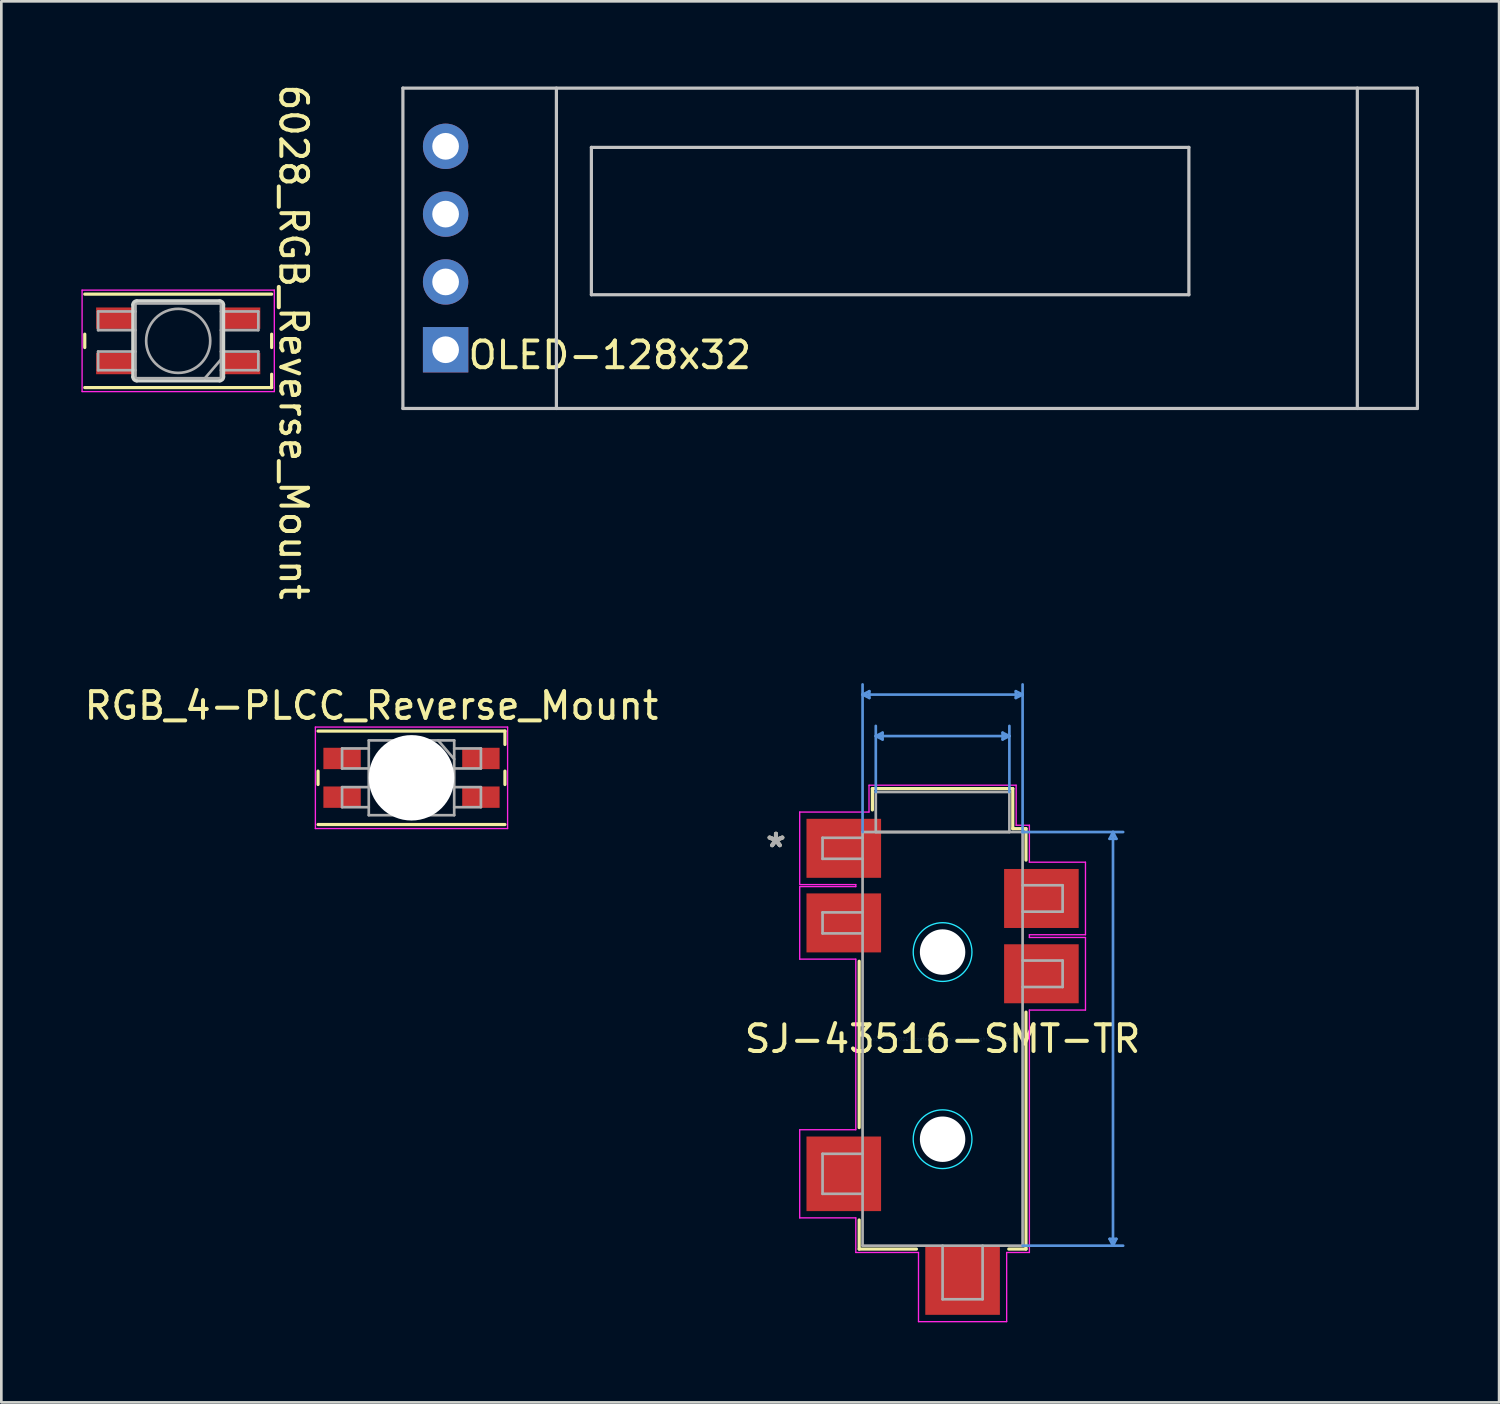
<source format=kicad_pcb>
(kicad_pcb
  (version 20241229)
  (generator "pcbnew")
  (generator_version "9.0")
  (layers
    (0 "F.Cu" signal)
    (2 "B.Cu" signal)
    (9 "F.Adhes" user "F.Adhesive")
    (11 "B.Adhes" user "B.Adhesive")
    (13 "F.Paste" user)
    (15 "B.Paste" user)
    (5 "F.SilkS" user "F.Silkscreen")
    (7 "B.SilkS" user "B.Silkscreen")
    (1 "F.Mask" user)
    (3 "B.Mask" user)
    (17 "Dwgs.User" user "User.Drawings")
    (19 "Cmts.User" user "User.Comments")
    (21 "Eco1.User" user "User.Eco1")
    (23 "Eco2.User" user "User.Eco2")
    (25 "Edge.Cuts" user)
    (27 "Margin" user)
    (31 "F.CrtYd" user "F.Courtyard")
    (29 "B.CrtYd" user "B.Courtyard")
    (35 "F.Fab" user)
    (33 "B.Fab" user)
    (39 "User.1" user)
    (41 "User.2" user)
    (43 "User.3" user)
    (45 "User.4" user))
  (footprint "RGB_4-PLCC_Reverse_Mount"
    (layer "F.Cu")
    (at 12.363 26.084)
    (property "Reference" "RGB_4-PLCC_Reverse_Mount" (at -1.5 -2.7 0) (unlocked yes) (layer "F.SilkS") (effects (font (size 1 1) (thickness 0.15))))
    (attr smd)
    (fp_line (start -3.5 -1.75) (end 3.5 -1.75) (stroke (width 0.12) (type solid)) (layer "F.SilkS"))
    (fp_line (start -3.5 -0.25) (end -3.5 0.25) (stroke (width 0.12) (type solid)) (layer "F.SilkS"))
    (fp_line (start 3.5 -1.75) (end 3.5 -1.25) (stroke (width 0.12) (type solid)) (layer "F.SilkS"))
    (fp_line (start 3.5 -0.25) (end 3.5 0.25) (stroke (width 0.12) (type solid)) (layer "F.SilkS"))
    (fp_line (start 3.5 1.75) (end -3.5 1.75) (stroke (width 0.12) (type solid)) (layer "F.SilkS"))
    (fp_line (start -3.6 -1.9) (end -3.6 1.9) (stroke (width 0.05) (type solid)) (layer "F.CrtYd"))
    (fp_line (start -3.6 1.9) (end 3.6 1.9) (stroke (width 0.05) (type solid)) (layer "F.CrtYd"))
    (fp_line (start 3.6 -1.9) (end -3.6 -1.9) (stroke (width 0.05) (type solid)) (layer "F.CrtYd"))
    (fp_line (start 3.6 1.9) (end 3.6 -1.9) (stroke (width 0.05) (type solid)) (layer "F.CrtYd"))
    (fp_line (start -2.6 -1.1) (end -2.6 -0.35) (stroke (width 0.1) (type solid)) (layer "F.Fab"))
    (fp_line (start -2.6 -0.35) (end -1.6 -0.35) (stroke (width 0.1) (type solid)) (layer "F.Fab"))
    (fp_line (start -2.6 0.35) (end -2.6 1.1) (stroke (width 0.1) (type solid)) (layer "F.Fab"))
    (fp_line (start -2.6 1.1) (end -1.6 1.1) (stroke (width 0.1) (type solid)) (layer "F.Fab"))
    (fp_line (start -1.6 -1.4) (end 1.6 -1.4) (stroke (width 0.1) (type solid)) (layer "F.Fab"))
    (fp_line (start -1.6 -1.1) (end -2.6 -1.1) (stroke (width 0.1) (type solid)) (layer "F.Fab"))
    (fp_line (start -1.6 0.35) (end -2.6 0.35) (stroke (width 0.1) (type solid)) (layer "F.Fab"))
    (fp_line (start -1.6 1.4) (end -1.6 -1.4) (stroke (width 0.1) (type solid)) (layer "F.Fab"))
    (fp_line (start 1 -1.4) (end 1.6 -0.7) (stroke (width 0.1) (type solid)) (layer "F.Fab"))
    (fp_line (start 1.6 -1.4) (end 1.6 1.4) (stroke (width 0.1) (type solid)) (layer "F.Fab"))
    (fp_line (start 1.6 -0.35) (end 2.6 -0.35) (stroke (width 0.1) (type solid)) (layer "F.Fab"))
    (fp_line (start 1.6 1.1) (end 2.6 1.1) (stroke (width 0.1) (type solid)) (layer "F.Fab"))
    (fp_line (start 1.6 1.4) (end -1.6 1.4) (stroke (width 0.1) (type solid)) (layer "F.Fab"))
    (fp_line (start 2.6 -1.1) (end 1.6 -1.1) (stroke (width 0.1) (type solid)) (layer "F.Fab"))
    (fp_line (start 2.6 -0.35) (end 2.6 -1.1) (stroke (width 0.1) (type solid)) (layer "F.Fab"))
    (fp_line (start 2.6 0.35) (end 1.6 0.35) (stroke (width 0.1) (type solid)) (layer "F.Fab"))
    (fp_line (start 2.6 1.1) (end 2.6 0.35) (stroke (width 0.1) (type solid)) (layer "F.Fab"))
    (fp_circle (center 0 0) (end 1.2 0) (stroke (width 0.1) (type solid)) (fill no) (layer "F.Fab"))
    (pad "" np_thru_hole circle (at 0 0) (size 3.2 3.2) (drill 3.2) (layers "*.Cu" "*.Mask"))
    (pad "1" smd rect (at 2.6 -0.725) (size 1.4 0.8) (layers "F.Cu" "F.Mask" "F.Paste"))
    (pad "2" smd rect (at -2.6 -0.725) (size 1.4 0.8) (layers "F.Cu" "F.Mask" "F.Paste"))
    (pad "3" smd rect (at -2.6 0.725) (size 1.4 0.8) (layers "F.Cu" "F.Mask" "F.Paste"))
    (pad "4" smd rect (at 2.6 0.725) (size 1.4 0.8) (layers "F.Cu" "F.Mask" "F.Paste")))
  (footprint "6028_RGB_Reverse_Mount"
    (layer "F.Cu")
    (at 3.625 9.717)
    (property "Reference" "6028_RGB_Reverse_Mount" (at 4.318 0.051 270) (unlocked yes) (layer "F.SilkS") (effects (font (size 1 1) (thickness 0.15))))
    (attr smd)
    (fp_line (start -3.5 0.25) (end -3.5 -0.25) (stroke (width 0.12) (type solid)) (layer "F.SilkS"))
    (fp_line (start -3.5 1.75) (end 3.5 1.75) (stroke (width 0.12) (type solid)) (layer "F.SilkS"))
    (fp_line (start 3.5 -1.75) (end -3.5 -1.75) (stroke (width 0.12) (type solid)) (layer "F.SilkS"))
    (fp_line (start 3.5 0.25) (end 3.5 -0.25) (stroke (width 0.12) (type solid)) (layer "F.SilkS"))
    (fp_line (start 3.5 1.75) (end 3.5 1.25) (stroke (width 0.12) (type solid)) (layer "F.SilkS"))
    (fp_line (start -1.7 -1.35) (end -1.7 1.35) (stroke (width 0.12) (type solid)) (layer "Edge.Cuts"))
    (fp_line (start -1.55 1.5) (end 1.55 1.5) (stroke (width 0.12) (type solid)) (layer "Edge.Cuts"))
    (fp_line (start 1.55 -1.5) (end -1.55 -1.5) (stroke (width 0.12) (type solid)) (layer "Edge.Cuts"))
    (fp_line (start 1.7 1.35) (end 1.7 -1.35) (stroke (width 0.12) (type solid)) (layer "Edge.Cuts"))
    (fp_arc (start -1.7 -1.35) (mid -1.656066 -1.456066) (end -1.55 -1.5) (stroke (width 0.12) (type solid)) (layer "Edge.Cuts"))
    (fp_arc (start -1.55 1.5) (mid -1.656066 1.456066) (end -1.7 1.35) (stroke (width 0.12) (type solid)) (layer "Edge.Cuts"))
    (fp_arc (start 1.55 -1.5) (mid 1.656066 -1.456066) (end 1.7 -1.35) (stroke (width 0.12) (type solid)) (layer "Edge.Cuts"))
    (fp_arc (start 1.7 1.35) (mid 1.656066 1.456066) (end 1.55 1.5) (stroke (width 0.12) (type solid)) (layer "Edge.Cuts"))
    (fp_line (start -3.6 -1.9) (end 3.6 -1.9) (stroke (width 0.05) (type solid)) (layer "F.CrtYd"))
    (fp_line (start -3.6 1.9) (end -3.6 -1.9) (stroke (width 0.05) (type solid)) (layer "F.CrtYd"))
    (fp_line (start 3.6 -1.9) (end 3.6 1.9) (stroke (width 0.05) (type solid)) (layer "F.CrtYd"))
    (fp_line (start 3.6 1.9) (end -3.6 1.9) (stroke (width 0.05) (type solid)) (layer "F.CrtYd"))
    (fp_line (start -3 -1.1) (end -1.6 -1.1) (stroke (width 0.1) (type solid)) (layer "F.Fab"))
    (fp_line (start -3 -0.4) (end -3 -1.1) (stroke (width 0.1) (type solid)) (layer "F.Fab"))
    (fp_line (start -3 0.4) (end -1.6 0.4) (stroke (width 0.1) (type solid)) (layer "F.Fab"))
    (fp_line (start -3 1.1) (end -3 0.4) (stroke (width 0.1) (type solid)) (layer "F.Fab"))
    (fp_line (start -1.6 -1.4) (end -1.6 1.4) (stroke (width 0.1) (type solid)) (layer "F.Fab"))
    (fp_line (start -1.6 -0.4) (end -3 -0.4) (stroke (width 0.1) (type solid)) (layer "F.Fab"))
    (fp_line (start -1.6 1.1) (end -3 1.1) (stroke (width 0.1) (type solid)) (layer "F.Fab"))
    (fp_line (start -1.6 1.4) (end 1.6 1.4) (stroke (width 0.1) (type solid)) (layer "F.Fab"))
    (fp_line (start 1 1.4) (end 1.6 0.7) (stroke (width 0.1) (type solid)) (layer "F.Fab"))
    (fp_line (start 1.6 -1.4) (end -1.6 -1.4) (stroke (width 0.1) (type solid)) (layer "F.Fab"))
    (fp_line (start 1.6 -1.1) (end 3 -1.1) (stroke (width 0.1) (type solid)) (layer "F.Fab"))
    (fp_line (start 1.6 0.4) (end 3 0.4) (stroke (width 0.1) (type solid)) (layer "F.Fab"))
    (fp_line (start 1.6 1.4) (end 1.6 -1.4) (stroke (width 0.1) (type solid)) (layer "F.Fab"))
    (fp_line (start 3 -1.1) (end 3 -0.4) (stroke (width 0.1) (type solid)) (layer "F.Fab"))
    (fp_line (start 3 -0.4) (end 1.6 -0.4) (stroke (width 0.1) (type solid)) (layer "F.Fab"))
    (fp_line (start 3 0.4) (end 3 1.1) (stroke (width 0.1) (type solid)) (layer "F.Fab"))
    (fp_line (start 3 1.1) (end 1.6 1.1) (stroke (width 0.1) (type solid)) (layer "F.Fab"))
    (fp_circle (center 0 0) (end 1.2 0) (stroke (width 0.1) (type solid)) (fill no) (layer "F.Fab"))
    (pad "1" smd rect (at 2.375 0.85 180) (size 1.4 0.8) (layers "F.Cu" "F.Mask" "F.Paste"))
    (pad "2" smd rect (at 2.375 -0.85 180) (size 1.4 0.8) (layers "F.Cu" "F.Mask" "F.Paste"))
    (pad "3" smd rect (at -2.375 -0.85 180) (size 1.4 0.8) (layers "F.Cu" "F.Mask" "F.Paste"))
    (pad "4" smd rect (at -2.375 0.85 180) (size 1.4 0.8) (layers "F.Cu" "F.Mask" "F.Paste")))
  (footprint "OLED-128x32"
    (layer "F.Cu")
    (at 12.041 0.25)
    (property "Reference" "OLED-128x32" (at 7.75 10 0) (layer "F.SilkS") (effects (font (size 1 1) (thickness 0.15))))
    (attr through_hole exclude_from_pos_files)
    (fp_line (start 0 0) (end 0 12) (stroke (width 0.12) (type solid)) (layer "Dwgs.User"))
    (fp_line (start 0 0) (end 38 0) (stroke (width 0.12) (type solid)) (layer "Dwgs.User"))
    (fp_line (start 5.75 0) (end 5.75 12) (stroke (width 0.12) (type solid)) (layer "Dwgs.User"))
    (fp_line (start 7.06 2.22) (end 7.06 7.74) (stroke (width 0.12) (type solid)) (layer "Dwgs.User"))
    (fp_line (start 7.06 2.22) (end 29.44 2.22) (stroke (width 0.12) (type solid)) (layer "Dwgs.User"))
    (fp_line (start 7.06 7.74) (end 29.44 7.74) (stroke (width 0.12) (type solid)) (layer "Dwgs.User"))
    (fp_line (start 29.44 7.74) (end 29.44 2.22) (stroke (width 0.12) (type solid)) (layer "Dwgs.User"))
    (fp_line (start 35.75 0) (end 35.75 12) (stroke (width 0.12) (type solid)) (layer "Dwgs.User"))
    (fp_line (start 38 0) (end 38 12) (stroke (width 0.12) (type solid)) (layer "Dwgs.User"))
    (fp_line (start 38 12) (end 0 12) (stroke (width 0.12) (type solid)) (layer "Dwgs.User"))
    (pad "1" thru_hole rect (at 1.6 9.8 180) (size 1.7 1.7) (drill 1) (layers "*.Cu" "*.Mask"))
    (pad "2" thru_hole oval (at 1.6 7.26 180) (size 1.7 1.7) (drill 1) (layers "*.Cu" "*.Mask"))
    (pad "3" thru_hole oval (at 1.6 4.72 180) (size 1.7 1.7) (drill 1) (layers "*.Cu" "*.Mask"))
    (pad "4" thru_hole oval (at 1.6 2.18 180) (size 1.7 1.7) (drill 1) (layers "*.Cu" "*.Mask")))
  (footprint "SJ-43516-SMT-TR"
    (layer "F.Cu")
    (at 32.256 35.862)
    (property "Reference" "SJ-43516-SMT-TR" (at 0 0 0) (layer "F.SilkS") (effects (font (size 1 1) (thickness 0.15))))
    (attr smd)
    (fp_line (start -3.124 -2.906) (end -3.124 3.325) (stroke (width 0.12) (type solid)) (layer "F.SilkS"))
    (fp_line (start -3.124 6.784) (end -3.124 7.874) (stroke (width 0.12) (type solid)) (layer "F.SilkS"))
    (fp_line (start -3.124 7.874) (end -0.98 7.874) (stroke (width 0.12) (type solid)) (layer "F.SilkS"))
    (fp_line (start -2.629 -9.373) (end -2.629 -8.575) (stroke (width 0.12) (type solid)) (layer "F.SilkS"))
    (fp_line (start 2.479 7.874) (end 3.124 7.874) (stroke (width 0.12) (type solid)) (layer "F.SilkS"))
    (fp_line (start 2.629 -9.373) (end -2.629 -9.373) (stroke (width 0.12) (type solid)) (layer "F.SilkS"))
    (fp_line (start 2.629 -7.874) (end 2.629 -9.373) (stroke (width 0.12) (type solid)) (layer "F.SilkS"))
    (fp_line (start 3.124 -7.874) (end 2.629 -7.874) (stroke (width 0.12) (type solid)) (layer "F.SilkS"))
    (fp_line (start 3.124 -6.695) (end 3.124 -7.874) (stroke (width 0.12) (type solid)) (layer "F.SilkS"))
    (fp_line (start 3.124 7.874) (end 3.124 -1.001) (stroke (width 0.12) (type solid)) (layer "F.SilkS"))
    (fp_line (start -2.997 -12.895) (end 2.997 -12.895) (stroke (width 0.1) (type solid)) (layer "Cmts.User"))
    (fp_line (start -2.997 -7.747) (end -2.997 -13.276) (stroke (width 0.1) (type solid)) (layer "Cmts.User"))
    (fp_line (start -2.743 -12.768) (end -2.997 -12.895) (stroke (width 0.1) (type solid)) (layer "Cmts.User"))
    (fp_line (start -2.743 -12.768) (end -2.743 -13.022) (stroke (width 0.1) (type solid)) (layer "Cmts.User"))
    (fp_line (start -2.743 -13.022) (end -2.997 -12.895) (stroke (width 0.1) (type solid)) (layer "Cmts.User"))
    (fp_line (start -2.502 -11.341) (end 2.502 -11.341) (stroke (width 0.1) (type solid)) (layer "Cmts.User"))
    (fp_line (start -2.502 -9.246) (end -2.502 -11.722) (stroke (width 0.1) (type solid)) (layer "Cmts.User"))
    (fp_line (start -2.248 -11.468) (end -2.502 -11.341) (stroke (width 0.1) (type solid)) (layer "Cmts.User"))
    (fp_line (start -2.248 -11.214) (end -2.502 -11.341) (stroke (width 0.1) (type solid)) (layer "Cmts.User"))
    (fp_line (start -2.248 -11.214) (end -2.248 -11.468) (stroke (width 0.1) (type solid)) (layer "Cmts.User"))
    (fp_line (start 2.248 -11.214) (end 2.502 -11.341) (stroke (width 0.1) (type solid)) (layer "Cmts.User"))
    (fp_line (start 2.248 -11.468) (end 2.248 -11.214) (stroke (width 0.1) (type solid)) (layer "Cmts.User"))
    (fp_line (start 2.248 -11.468) (end 2.502 -11.341) (stroke (width 0.1) (type solid)) (layer "Cmts.User"))
    (fp_line (start 2.502 -9.246) (end 2.502 -11.722) (stroke (width 0.1) (type solid)) (layer "Cmts.User"))
    (fp_line (start 2.743 -12.768) (end 2.997 -12.895) (stroke (width 0.1) (type solid)) (layer "Cmts.User"))
    (fp_line (start 2.743 -13.022) (end 2.743 -12.768) (stroke (width 0.1) (type solid)) (layer "Cmts.User"))
    (fp_line (start 2.743 -13.022) (end 2.997 -12.895) (stroke (width 0.1) (type solid)) (layer "Cmts.User"))
    (fp_line (start 2.997 -7.747) (end 2.997 -13.276) (stroke (width 0.1) (type solid)) (layer "Cmts.User"))
    (fp_line (start 2.997 -7.747) (end 6.764 -7.747) (stroke (width 0.1) (type solid)) (layer "Cmts.User"))
    (fp_line (start 2.997 7.747) (end 6.764 7.747) (stroke (width 0.1) (type solid)) (layer "Cmts.User"))
    (fp_line (start 6.256 7.493) (end 6.383 7.747) (stroke (width 0.1) (type solid)) (layer "Cmts.User"))
    (fp_line (start 6.256 -7.493) (end 6.383 -7.747) (stroke (width 0.1) (type solid)) (layer "Cmts.User"))
    (fp_line (start 6.256 -7.493) (end 6.51 -7.493) (stroke (width 0.1) (type solid)) (layer "Cmts.User"))
    (fp_line (start 6.383 7.747) (end 6.383 -7.747) (stroke (width 0.1) (type solid)) (layer "Cmts.User"))
    (fp_line (start 6.51 7.493) (end 6.256 7.493) (stroke (width 0.1) (type solid)) (layer "Cmts.User"))
    (fp_line (start 6.51 7.493) (end 6.383 7.747) (stroke (width 0.1) (type solid)) (layer "Cmts.User"))
    (fp_line (start 6.51 -7.493) (end 6.383 -7.747) (stroke (width 0.1) (type solid)) (layer "Cmts.User"))
    (fp_circle (center 0 -3.251) (end 1.1 -3.251) (stroke (width 0.05) (type default)) (fill no) (layer "B.CrtYd"))
    (fp_circle (center 0 3.759) (end 1.1 3.759) (stroke (width 0.05) (type default)) (fill no) (layer "B.CrtYd"))
    (fp_line (start -5.352 -8.496) (end -5.352 -5.779) (stroke (width 0.05) (type solid)) (layer "F.CrtYd"))
    (fp_line (start -5.352 -5.779) (end -3.251 -5.779) (stroke (width 0.05) (type solid)) (layer "F.CrtYd"))
    (fp_line (start -5.352 -5.702) (end -5.352 -2.985) (stroke (width 0.05) (type solid)) (layer "F.CrtYd"))
    (fp_line (start -5.352 -2.985) (end -3.251 -2.985) (stroke (width 0.05) (type solid)) (layer "F.CrtYd"))
    (fp_line (start -5.352 3.404) (end -5.352 6.706) (stroke (width 0.05) (type solid)) (layer "F.CrtYd"))
    (fp_line (start -5.352 6.706) (end -3.251 6.706) (stroke (width 0.05) (type solid)) (layer "F.CrtYd"))
    (fp_line (start -3.251 -5.779) (end -3.251 -5.702) (stroke (width 0.05) (type solid)) (layer "F.CrtYd"))
    (fp_line (start -3.251 -5.702) (end -5.352 -5.702) (stroke (width 0.05) (type solid)) (layer "F.CrtYd"))
    (fp_line (start -3.251 -2.985) (end -3.251 3.404) (stroke (width 0.05) (type solid)) (layer "F.CrtYd"))
    (fp_line (start -3.251 3.404) (end -5.352 3.404) (stroke (width 0.05) (type solid)) (layer "F.CrtYd"))
    (fp_line (start -3.251 6.706) (end -3.251 8.001) (stroke (width 0.05) (type solid)) (layer "F.CrtYd"))
    (fp_line (start -3.251 8.001) (end -0.902 8.001) (stroke (width 0.05) (type solid)) (layer "F.CrtYd"))
    (fp_line (start -2.756 -9.5) (end -2.756 -8.496) (stroke (width 0.05) (type solid)) (layer "F.CrtYd"))
    (fp_line (start -2.756 -8.496) (end -5.352 -8.496) (stroke (width 0.05) (type solid)) (layer "F.CrtYd"))
    (fp_line (start -0.902 8.001) (end -0.902 10.592) (stroke (width 0.05) (type solid)) (layer "F.CrtYd"))
    (fp_line (start -0.902 10.592) (end 2.4 10.592) (stroke (width 0.05) (type solid)) (layer "F.CrtYd"))
    (fp_line (start 2.4 8.001) (end 3.251 8.001) (stroke (width 0.05) (type solid)) (layer "F.CrtYd"))
    (fp_line (start 2.4 10.592) (end 2.4 8.001) (stroke (width 0.05) (type solid)) (layer "F.CrtYd"))
    (fp_line (start 2.756 -9.5) (end -2.756 -9.5) (stroke (width 0.05) (type solid)) (layer "F.CrtYd"))
    (fp_line (start 2.756 -8.001) (end 2.756 -9.5) (stroke (width 0.05) (type solid)) (layer "F.CrtYd"))
    (fp_line (start 3.251 -8.001) (end 2.756 -8.001) (stroke (width 0.05) (type solid)) (layer "F.CrtYd"))
    (fp_line (start 3.251 -6.617) (end 3.251 -8.001) (stroke (width 0.05) (type solid)) (layer "F.CrtYd"))
    (fp_line (start 3.251 -3.899) (end 5.352 -3.899) (stroke (width 0.05) (type solid)) (layer "F.CrtYd"))
    (fp_line (start 3.251 -3.797) (end 3.251 -3.899) (stroke (width 0.05) (type solid)) (layer "F.CrtYd"))
    (fp_line (start 3.251 -1.079) (end 5.352 -1.079) (stroke (width 0.05) (type solid)) (layer "F.CrtYd"))
    (fp_line (start 3.251 8.001) (end 3.251 -1.079) (stroke (width 0.05) (type solid)) (layer "F.CrtYd"))
    (fp_line (start 5.352 -6.617) (end 3.251 -6.617) (stroke (width 0.05) (type solid)) (layer "F.CrtYd"))
    (fp_line (start 5.352 -3.899) (end 5.352 -6.617) (stroke (width 0.05) (type solid)) (layer "F.CrtYd"))
    (fp_line (start 5.352 -3.797) (end 3.251 -3.797) (stroke (width 0.05) (type solid)) (layer "F.CrtYd"))
    (fp_line (start 5.352 -1.079) (end 5.352 -3.797) (stroke (width 0.05) (type solid)) (layer "F.CrtYd"))
    (fp_line (start -4.496 -7.531) (end -2.997 -7.531) (stroke (width 0.1) (type solid)) (layer "F.Fab"))
    (fp_line (start -4.496 -6.744) (end -4.496 -7.531) (stroke (width 0.1) (type solid)) (layer "F.Fab"))
    (fp_line (start -4.496 -4.737) (end -4.496 -3.95) (stroke (width 0.1) (type solid)) (layer "F.Fab"))
    (fp_line (start -4.496 -3.95) (end -2.997 -3.95) (stroke (width 0.1) (type solid)) (layer "F.Fab"))
    (fp_line (start -4.496 4.305) (end -4.496 5.804) (stroke (width 0.1) (type solid)) (layer "F.Fab"))
    (fp_line (start -4.496 5.804) (end -2.997 5.804) (stroke (width 0.1) (type solid)) (layer "F.Fab"))
    (fp_line (start -2.997 -7.747) (end -2.997 7.747) (stroke (width 0.1) (type solid)) (layer "F.Fab"))
    (fp_line (start -2.997 -6.744) (end -4.496 -6.744) (stroke (width 0.1) (type solid)) (layer "F.Fab"))
    (fp_line (start -2.997 -4.737) (end -4.496 -4.737) (stroke (width 0.1) (type solid)) (layer "F.Fab"))
    (fp_line (start -2.997 4.305) (end -4.496 4.305) (stroke (width 0.1) (type solid)) (layer "F.Fab"))
    (fp_line (start -2.997 7.747) (end 2.997 7.747) (stroke (width 0.1) (type solid)) (layer "F.Fab"))
    (fp_line (start -2.502 -9.246) (end -2.502 -7.747) (stroke (width 0.1) (type solid)) (layer "F.Fab"))
    (fp_line (start -2.502 -7.747) (end 2.502 -7.747) (stroke (width 0.1) (type solid)) (layer "F.Fab"))
    (fp_line (start 0 7.747) (end 0 9.754) (stroke (width 0.1) (type solid)) (layer "F.Fab"))
    (fp_line (start 0 9.754) (end 1.499 9.754) (stroke (width 0.1) (type solid)) (layer "F.Fab"))
    (fp_line (start 1.499 9.754) (end 1.499 7.747) (stroke (width 0.1) (type solid)) (layer "F.Fab"))
    (fp_line (start 2.502 -9.246) (end -2.502 -9.246) (stroke (width 0.1) (type solid)) (layer "F.Fab"))
    (fp_line (start 2.502 -7.747) (end 2.502 -9.246) (stroke (width 0.1) (type solid)) (layer "F.Fab"))
    (fp_line (start 2.997 -7.747) (end -2.997 -7.747) (stroke (width 0.1) (type solid)) (layer "F.Fab"))
    (fp_line (start 2.997 -5.753) (end 4.496 -5.753) (stroke (width 0.1) (type solid)) (layer "F.Fab"))
    (fp_line (start 2.997 -2.934) (end 4.496 -2.934) (stroke (width 0.1) (type solid)) (layer "F.Fab"))
    (fp_line (start 2.997 7.747) (end 2.997 -7.747) (stroke (width 0.1) (type solid)) (layer "F.Fab"))
    (fp_line (start 4.496 -5.753) (end 4.496 -4.763) (stroke (width 0.1) (type solid)) (layer "F.Fab"))
    (fp_line (start 4.496 -4.763) (end 2.997 -4.763) (stroke (width 0.1) (type solid)) (layer "F.Fab"))
    (fp_line (start 4.496 -2.934) (end 4.496 -1.943) (stroke (width 0.1) (type solid)) (layer "F.Fab"))
    (fp_line (start 4.496 -1.943) (end 2.997 -1.943) (stroke (width 0.1) (type solid)) (layer "F.Fab"))
    (fp_text user "*" (at -6.241 -7.137 0) (layer "F.SilkS") (effects (font (size 1 1) (thickness 0.15))))
    (fp_text user "Copyright 2021 Accelerated Designs. All rights reserved." (at 0 0 0) (layer "Cmts.User") (effects (font (size 0.127 0.127) (thickness 0.002))))
    (fp_text user "*" (at -6.241 -7.137 0) (layer "F.Fab") (effects (font (size 1 1) (thickness 0.15))))
    (fp_text user "*" (at -6.241 -7.137 0) (layer "F.Fab") (effects (font (size 1 1) (thickness 0.15))))
    (pad "" np_thru_hole circle (at 0 -3.251) (size 1.702 1.702) (drill 1.702) (layers "*.Cu" "*.Mask"))
    (pad "" np_thru_hole circle (at 0 3.759) (size 1.702 1.702) (drill 1.702) (layers "*.Cu" "*.Mask"))
    (pad "1" smd rect (at -3.701 -7.137) (size 2.794 2.21) (layers "F.Cu" "F.Mask" "F.Paste"))
    (pad "2" smd rect (at -3.701 5.055) (size 2.794 2.794) (layers "F.Cu" "F.Mask" "F.Paste"))
    (pad "3" smd rect (at 3.701 -2.438) (size 2.794 2.21) (layers "F.Cu" "F.Mask" "F.Paste"))
    (pad "4" smd rect (at -3.701 -4.343) (size 2.794 2.21) (layers "F.Cu" "F.Mask" "F.Paste"))
    (pad "5" smd rect (at 0.749 9.042) (size 2.794 2.591) (layers "F.Cu" "F.Mask" "F.Paste"))
    (pad "6" smd rect (at 3.701 -5.258) (size 2.794 2.21) (layers "F.Cu" "F.Mask" "F.Paste")))
  (gr_rect
    (start -3 -3)
    (end 53.101 49.478)
    (stroke (width 0.1) (type default))
    (fill no)
    (layer "Edge.Cuts")))
</source>
